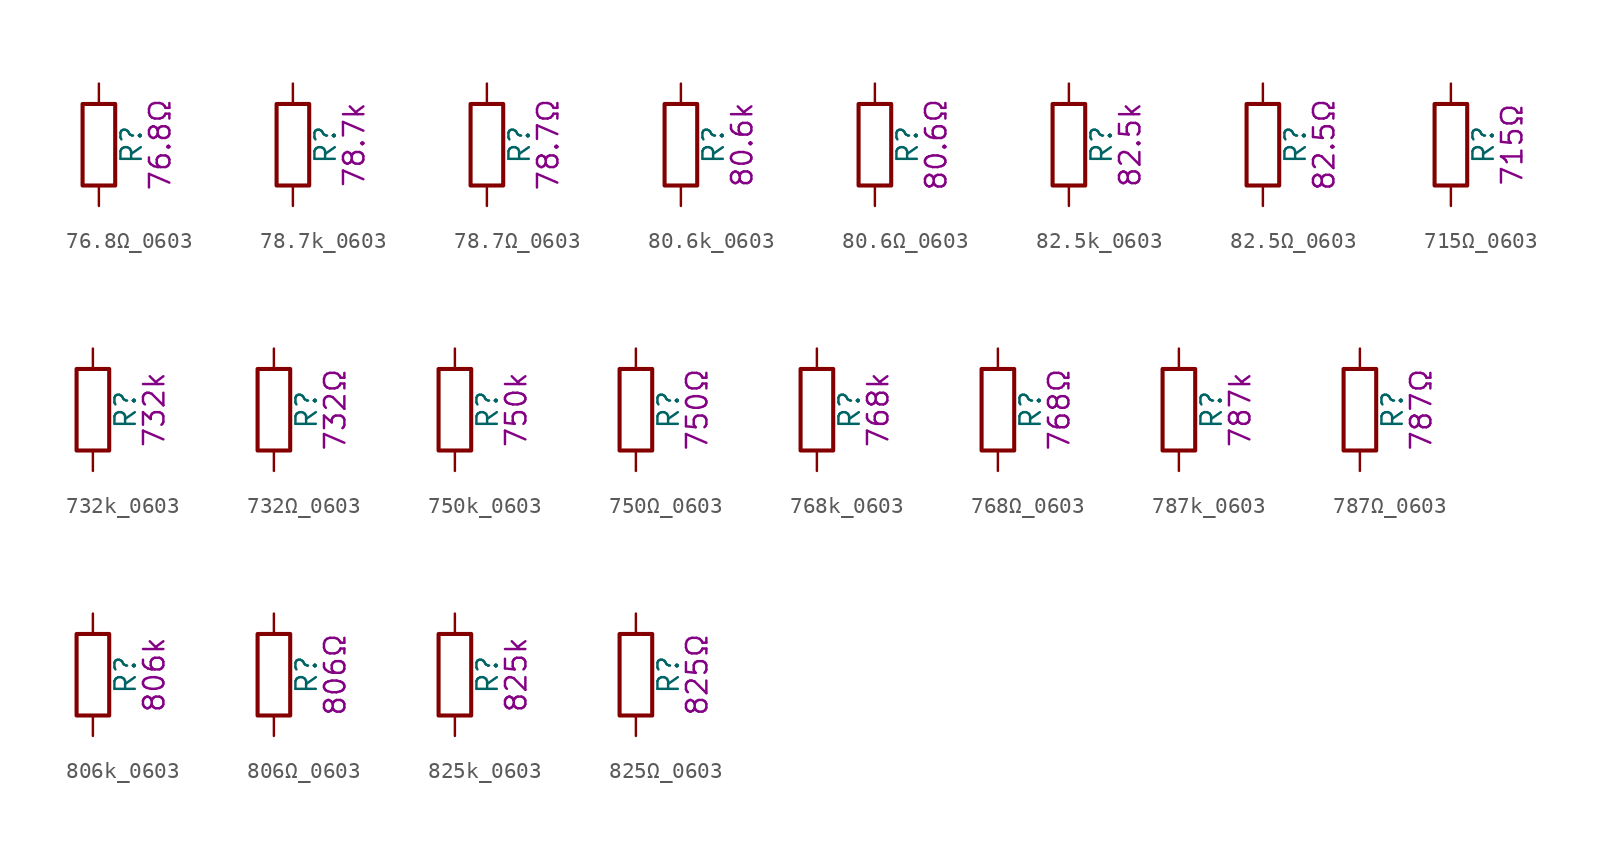
<source format=kicad_sym>
(kicad_symbol_lib
  (version 20211014)
  (generator kicad_symbol_editor)
  (symbol "76.8Ω_0603"
    (pin_numbers hide)
    (pin_names
      (offset 0))
    (property "Reference" "R"
      (at 2.032 0 90)
      (effects (font (size 1.27 1.27))))
    (property "Display" "76.8Ω"
      (at 3.81 0 90)
      (effects (font (size 1.27 1.27))))
    (symbol "76.8Ω_0603_0_1"
      (rectangle (start -1.016 -2.54) (end 1.016 2.54) (stroke (width 0.254) (type default) (color 0 0 0 0)) (fill (type none))))
    (symbol "76.8Ω_0603_1_1"
      (pin passive line (at 0 3.81 270) (length 1.27) (name "~" (effects (font (size 1.27 1.27)))) (number "1" (effects (font (size 1.27 1.27)))))
      (pin passive line (at 0 -3.81 90) (length 1.27) (name "~" (effects (font (size 1.27 1.27)))) (number "2" (effects (font (size 1.27 1.27)))))))
  (symbol "78.7k_0603"
    (pin_numbers hide)
    (pin_names
      (offset 0))
    (property "Reference" "R"
      (at 2.032 0 90)
      (effects (font (size 1.27 1.27))))
    (property "Display" "78.7k"
      (at 3.81 0 90)
      (effects (font (size 1.27 1.27))))
    (symbol "78.7k_0603_0_1"
      (rectangle (start -1.016 -2.54) (end 1.016 2.54) (stroke (width 0.254) (type default) (color 0 0 0 0)) (fill (type none))))
    (symbol "78.7k_0603_1_1"
      (pin passive line (at 0 3.81 270) (length 1.27) (name "~" (effects (font (size 1.27 1.27)))) (number "1" (effects (font (size 1.27 1.27)))))
      (pin passive line (at 0 -3.81 90) (length 1.27) (name "~" (effects (font (size 1.27 1.27)))) (number "2" (effects (font (size 1.27 1.27)))))))
  (symbol "78.7Ω_0603"
    (pin_numbers hide)
    (pin_names
      (offset 0))
    (property "Reference" "R"
      (at 2.032 0 90)
      (effects (font (size 1.27 1.27))))
    (property "Display" "78.7Ω"
      (at 3.81 0 90)
      (effects (font (size 1.27 1.27))))
    (symbol "78.7Ω_0603_0_1"
      (rectangle (start -1.016 -2.54) (end 1.016 2.54) (stroke (width 0.254) (type default) (color 0 0 0 0)) (fill (type none))))
    (symbol "78.7Ω_0603_1_1"
      (pin passive line (at 0 3.81 270) (length 1.27) (name "~" (effects (font (size 1.27 1.27)))) (number "1" (effects (font (size 1.27 1.27)))))
      (pin passive line (at 0 -3.81 90) (length 1.27) (name "~" (effects (font (size 1.27 1.27)))) (number "2" (effects (font (size 1.27 1.27)))))))
  (symbol "80.6k_0603"
    (pin_numbers hide)
    (pin_names
      (offset 0))
    (property "Reference" "R"
      (at 2.032 0 90)
      (effects (font (size 1.27 1.27))))
    (property "Display" "80.6k"
      (at 3.81 0 90)
      (effects (font (size 1.27 1.27))))
    (symbol "80.6k_0603_0_1"
      (rectangle (start -1.016 -2.54) (end 1.016 2.54) (stroke (width 0.254) (type default) (color 0 0 0 0)) (fill (type none))))
    (symbol "80.6k_0603_1_1"
      (pin passive line (at 0 3.81 270) (length 1.27) (name "~" (effects (font (size 1.27 1.27)))) (number "1" (effects (font (size 1.27 1.27)))))
      (pin passive line (at 0 -3.81 90) (length 1.27) (name "~" (effects (font (size 1.27 1.27)))) (number "2" (effects (font (size 1.27 1.27)))))))
  (symbol "80.6Ω_0603"
    (pin_numbers hide)
    (pin_names
      (offset 0))
    (property "Reference" "R"
      (at 2.032 0 90)
      (effects (font (size 1.27 1.27))))
    (property "Display" "80.6Ω"
      (at 3.81 0 90)
      (effects (font (size 1.27 1.27))))
    (symbol "80.6Ω_0603_0_1"
      (rectangle (start -1.016 -2.54) (end 1.016 2.54) (stroke (width 0.254) (type default) (color 0 0 0 0)) (fill (type none))))
    (symbol "80.6Ω_0603_1_1"
      (pin passive line (at 0 3.81 270) (length 1.27) (name "~" (effects (font (size 1.27 1.27)))) (number "1" (effects (font (size 1.27 1.27)))))
      (pin passive line (at 0 -3.81 90) (length 1.27) (name "~" (effects (font (size 1.27 1.27)))) (number "2" (effects (font (size 1.27 1.27)))))))
  (symbol "82.5k_0603"
    (pin_numbers hide)
    (pin_names
      (offset 0))
    (property "Reference" "R"
      (at 2.032 0 90)
      (effects (font (size 1.27 1.27))))
    (property "Display" "82.5k"
      (at 3.81 0 90)
      (effects (font (size 1.27 1.27))))
    (symbol "82.5k_0603_0_1"
      (rectangle (start -1.016 -2.54) (end 1.016 2.54) (stroke (width 0.254) (type default) (color 0 0 0 0)) (fill (type none))))
    (symbol "82.5k_0603_1_1"
      (pin passive line (at 0 3.81 270) (length 1.27) (name "~" (effects (font (size 1.27 1.27)))) (number "1" (effects (font (size 1.27 1.27)))))
      (pin passive line (at 0 -3.81 90) (length 1.27) (name "~" (effects (font (size 1.27 1.27)))) (number "2" (effects (font (size 1.27 1.27)))))))
  (symbol "82.5Ω_0603"
    (pin_numbers hide)
    (pin_names
      (offset 0))
    (property "Reference" "R"
      (at 2.032 0 90)
      (effects (font (size 1.27 1.27))))
    (property "Display" "82.5Ω"
      (at 3.81 0 90)
      (effects (font (size 1.27 1.27))))
    (symbol "82.5Ω_0603_0_1"
      (rectangle (start -1.016 -2.54) (end 1.016 2.54) (stroke (width 0.254) (type default) (color 0 0 0 0)) (fill (type none))))
    (symbol "82.5Ω_0603_1_1"
      (pin passive line (at 0 3.81 270) (length 1.27) (name "~" (effects (font (size 1.27 1.27)))) (number "1" (effects (font (size 1.27 1.27)))))
      (pin passive line (at 0 -3.81 90) (length 1.27) (name "~" (effects (font (size 1.27 1.27)))) (number "2" (effects (font (size 1.27 1.27)))))))
  (symbol "715Ω_0603"
    (pin_numbers hide)
    (pin_names
      (offset 0))
    (property "Reference" "R"
      (at 2.032 0 90)
      (effects (font (size 1.27 1.27))))
    (property "Display" "715Ω"
      (at 3.81 0 90)
      (effects (font (size 1.27 1.27))))
    (symbol "715Ω_0603_0_1"
      (rectangle (start -1.016 -2.54) (end 1.016 2.54) (stroke (width 0.254) (type default) (color 0 0 0 0)) (fill (type none))))
    (symbol "715Ω_0603_1_1"
      (pin passive line (at 0 3.81 270) (length 1.27) (name "~" (effects (font (size 1.27 1.27)))) (number "1" (effects (font (size 1.27 1.27)))))
      (pin passive line (at 0 -3.81 90) (length 1.27) (name "~" (effects (font (size 1.27 1.27)))) (number "2" (effects (font (size 1.27 1.27)))))))
  (symbol "732k_0603"
    (pin_numbers hide)
    (pin_names
      (offset 0))
    (property "Reference" "R"
      (at 2.032 0 90)
      (effects (font (size 1.27 1.27))))
    (property "Display" "732k"
      (at 3.81 0 90)
      (effects (font (size 1.27 1.27))))
    (symbol "732k_0603_0_1"
      (rectangle (start -1.016 -2.54) (end 1.016 2.54) (stroke (width 0.254) (type default) (color 0 0 0 0)) (fill (type none))))
    (symbol "732k_0603_1_1"
      (pin passive line (at 0 3.81 270) (length 1.27) (name "~" (effects (font (size 1.27 1.27)))) (number "1" (effects (font (size 1.27 1.27)))))
      (pin passive line (at 0 -3.81 90) (length 1.27) (name "~" (effects (font (size 1.27 1.27)))) (number "2" (effects (font (size 1.27 1.27)))))))
  (symbol "732Ω_0603"
    (pin_numbers hide)
    (pin_names
      (offset 0))
    (property "Reference" "R"
      (at 2.032 0 90)
      (effects (font (size 1.27 1.27))))
    (property "Display" "732Ω"
      (at 3.81 0 90)
      (effects (font (size 1.27 1.27))))
    (symbol "732Ω_0603_0_1"
      (rectangle (start -1.016 -2.54) (end 1.016 2.54) (stroke (width 0.254) (type default) (color 0 0 0 0)) (fill (type none))))
    (symbol "732Ω_0603_1_1"
      (pin passive line (at 0 3.81 270) (length 1.27) (name "~" (effects (font (size 1.27 1.27)))) (number "1" (effects (font (size 1.27 1.27)))))
      (pin passive line (at 0 -3.81 90) (length 1.27) (name "~" (effects (font (size 1.27 1.27)))) (number "2" (effects (font (size 1.27 1.27)))))))
  (symbol "750k_0603"
    (pin_numbers hide)
    (pin_names
      (offset 0))
    (property "Reference" "R"
      (at 2.032 0 90)
      (effects (font (size 1.27 1.27))))
    (property "Display" "750k"
      (at 3.81 0 90)
      (effects (font (size 1.27 1.27))))
    (symbol "750k_0603_0_1"
      (rectangle (start -1.016 -2.54) (end 1.016 2.54) (stroke (width 0.254) (type default) (color 0 0 0 0)) (fill (type none))))
    (symbol "750k_0603_1_1"
      (pin passive line (at 0 3.81 270) (length 1.27) (name "~" (effects (font (size 1.27 1.27)))) (number "1" (effects (font (size 1.27 1.27)))))
      (pin passive line (at 0 -3.81 90) (length 1.27) (name "~" (effects (font (size 1.27 1.27)))) (number "2" (effects (font (size 1.27 1.27)))))))
  (symbol "750Ω_0603"
    (pin_numbers hide)
    (pin_names
      (offset 0))
    (property "Reference" "R"
      (at 2.032 0 90)
      (effects (font (size 1.27 1.27))))
    (property "Display" "750Ω"
      (at 3.81 0 90)
      (effects (font (size 1.27 1.27))))
    (symbol "750Ω_0603_0_1"
      (rectangle (start -1.016 -2.54) (end 1.016 2.54) (stroke (width 0.254) (type default) (color 0 0 0 0)) (fill (type none))))
    (symbol "750Ω_0603_1_1"
      (pin passive line (at 0 3.81 270) (length 1.27) (name "~" (effects (font (size 1.27 1.27)))) (number "1" (effects (font (size 1.27 1.27)))))
      (pin passive line (at 0 -3.81 90) (length 1.27) (name "~" (effects (font (size 1.27 1.27)))) (number "2" (effects (font (size 1.27 1.27)))))))
  (symbol "768k_0603"
    (pin_numbers hide)
    (pin_names
      (offset 0))
    (property "Reference" "R"
      (at 2.032 0 90)
      (effects (font (size 1.27 1.27))))
    (property "Display" "768k"
      (at 3.81 0 90)
      (effects (font (size 1.27 1.27))))
    (symbol "768k_0603_0_1"
      (rectangle (start -1.016 -2.54) (end 1.016 2.54) (stroke (width 0.254) (type default) (color 0 0 0 0)) (fill (type none))))
    (symbol "768k_0603_1_1"
      (pin passive line (at 0 3.81 270) (length 1.27) (name "~" (effects (font (size 1.27 1.27)))) (number "1" (effects (font (size 1.27 1.27)))))
      (pin passive line (at 0 -3.81 90) (length 1.27) (name "~" (effects (font (size 1.27 1.27)))) (number "2" (effects (font (size 1.27 1.27)))))))
  (symbol "768Ω_0603"
    (pin_numbers hide)
    (pin_names
      (offset 0))
    (property "Reference" "R"
      (at 2.032 0 90)
      (effects (font (size 1.27 1.27))))
    (property "Display" "768Ω"
      (at 3.81 0 90)
      (effects (font (size 1.27 1.27))))
    (symbol "768Ω_0603_0_1"
      (rectangle (start -1.016 -2.54) (end 1.016 2.54) (stroke (width 0.254) (type default) (color 0 0 0 0)) (fill (type none))))
    (symbol "768Ω_0603_1_1"
      (pin passive line (at 0 3.81 270) (length 1.27) (name "~" (effects (font (size 1.27 1.27)))) (number "1" (effects (font (size 1.27 1.27)))))
      (pin passive line (at 0 -3.81 90) (length 1.27) (name "~" (effects (font (size 1.27 1.27)))) (number "2" (effects (font (size 1.27 1.27)))))))
  (symbol "787k_0603"
    (pin_numbers hide)
    (pin_names
      (offset 0))
    (property "Reference" "R"
      (at 2.032 0 90)
      (effects (font (size 1.27 1.27))))
    (property "Display" "787k"
      (at 3.81 0 90)
      (effects (font (size 1.27 1.27))))
    (symbol "787k_0603_0_1"
      (rectangle (start -1.016 -2.54) (end 1.016 2.54) (stroke (width 0.254) (type default) (color 0 0 0 0)) (fill (type none))))
    (symbol "787k_0603_1_1"
      (pin passive line (at 0 3.81 270) (length 1.27) (name "~" (effects (font (size 1.27 1.27)))) (number "1" (effects (font (size 1.27 1.27)))))
      (pin passive line (at 0 -3.81 90) (length 1.27) (name "~" (effects (font (size 1.27 1.27)))) (number "2" (effects (font (size 1.27 1.27)))))))
  (symbol "787Ω_0603"
    (pin_numbers hide)
    (pin_names
      (offset 0))
    (property "Reference" "R"
      (at 2.032 0 90)
      (effects (font (size 1.27 1.27))))
    (property "Display" "787Ω"
      (at 3.81 0 90)
      (effects (font (size 1.27 1.27))))
    (symbol "787Ω_0603_0_1"
      (rectangle (start -1.016 -2.54) (end 1.016 2.54) (stroke (width 0.254) (type default) (color 0 0 0 0)) (fill (type none))))
    (symbol "787Ω_0603_1_1"
      (pin passive line (at 0 3.81 270) (length 1.27) (name "~" (effects (font (size 1.27 1.27)))) (number "1" (effects (font (size 1.27 1.27)))))
      (pin passive line (at 0 -3.81 90) (length 1.27) (name "~" (effects (font (size 1.27 1.27)))) (number "2" (effects (font (size 1.27 1.27)))))))
  (symbol "806k_0603"
    (pin_numbers hide)
    (pin_names
      (offset 0))
    (property "Reference" "R"
      (at 2.032 0 90)
      (effects (font (size 1.27 1.27))))
    (property "Display" "806k"
      (at 3.81 0 90)
      (effects (font (size 1.27 1.27))))
    (symbol "806k_0603_0_1"
      (rectangle (start -1.016 -2.54) (end 1.016 2.54) (stroke (width 0.254) (type default) (color 0 0 0 0)) (fill (type none))))
    (symbol "806k_0603_1_1"
      (pin passive line (at 0 3.81 270) (length 1.27) (name "~" (effects (font (size 1.27 1.27)))) (number "1" (effects (font (size 1.27 1.27)))))
      (pin passive line (at 0 -3.81 90) (length 1.27) (name "~" (effects (font (size 1.27 1.27)))) (number "2" (effects (font (size 1.27 1.27)))))))
  (symbol "806Ω_0603"
    (pin_numbers hide)
    (pin_names
      (offset 0))
    (property "Reference" "R"
      (at 2.032 0 90)
      (effects (font (size 1.27 1.27))))
    (property "Display" "806Ω"
      (at 3.81 0 90)
      (effects (font (size 1.27 1.27))))
    (symbol "806Ω_0603_0_1"
      (rectangle (start -1.016 -2.54) (end 1.016 2.54) (stroke (width 0.254) (type default) (color 0 0 0 0)) (fill (type none))))
    (symbol "806Ω_0603_1_1"
      (pin passive line (at 0 3.81 270) (length 1.27) (name "~" (effects (font (size 1.27 1.27)))) (number "1" (effects (font (size 1.27 1.27)))))
      (pin passive line (at 0 -3.81 90) (length 1.27) (name "~" (effects (font (size 1.27 1.27)))) (number "2" (effects (font (size 1.27 1.27)))))))
  (symbol "825k_0603"
    (pin_numbers hide)
    (pin_names
      (offset 0))
    (property "Reference" "R"
      (at 2.032 0 90)
      (effects (font (size 1.27 1.27))))
    (property "Display" "825k"
      (at 3.81 0 90)
      (effects (font (size 1.27 1.27))))
    (symbol "825k_0603_0_1"
      (rectangle (start -1.016 -2.54) (end 1.016 2.54) (stroke (width 0.254) (type default) (color 0 0 0 0)) (fill (type none))))
    (symbol "825k_0603_1_1"
      (pin passive line (at 0 3.81 270) (length 1.27) (name "~" (effects (font (size 1.27 1.27)))) (number "1" (effects (font (size 1.27 1.27)))))
      (pin passive line (at 0 -3.81 90) (length 1.27) (name "~" (effects (font (size 1.27 1.27)))) (number "2" (effects (font (size 1.27 1.27)))))))
  (symbol "825Ω_0603"
    (pin_numbers hide)
    (pin_names
      (offset 0))
    (property "Reference" "R"
      (at 2.032 0 90)
      (effects (font (size 1.27 1.27))))
    (property "Display" "825Ω"
      (at 3.81 0 90)
      (effects (font (size 1.27 1.27))))
    (symbol "825Ω_0603_0_1"
      (rectangle (start -1.016 -2.54) (end 1.016 2.54) (stroke (width 0.254) (type default) (color 0 0 0 0)) (fill (type none))))
    (symbol "825Ω_0603_1_1"
      (pin passive line (at 0 3.81 270) (length 1.27) (name "~" (effects (font (size 1.27 1.27)))) (number "1" (effects (font (size 1.27 1.27)))))
      (pin passive line (at 0 -3.81 90) (length 1.27) (name "~" (effects (font (size 1.27 1.27)))) (number "2" (effects (font (size 1.27 1.27))))))))
</source>
